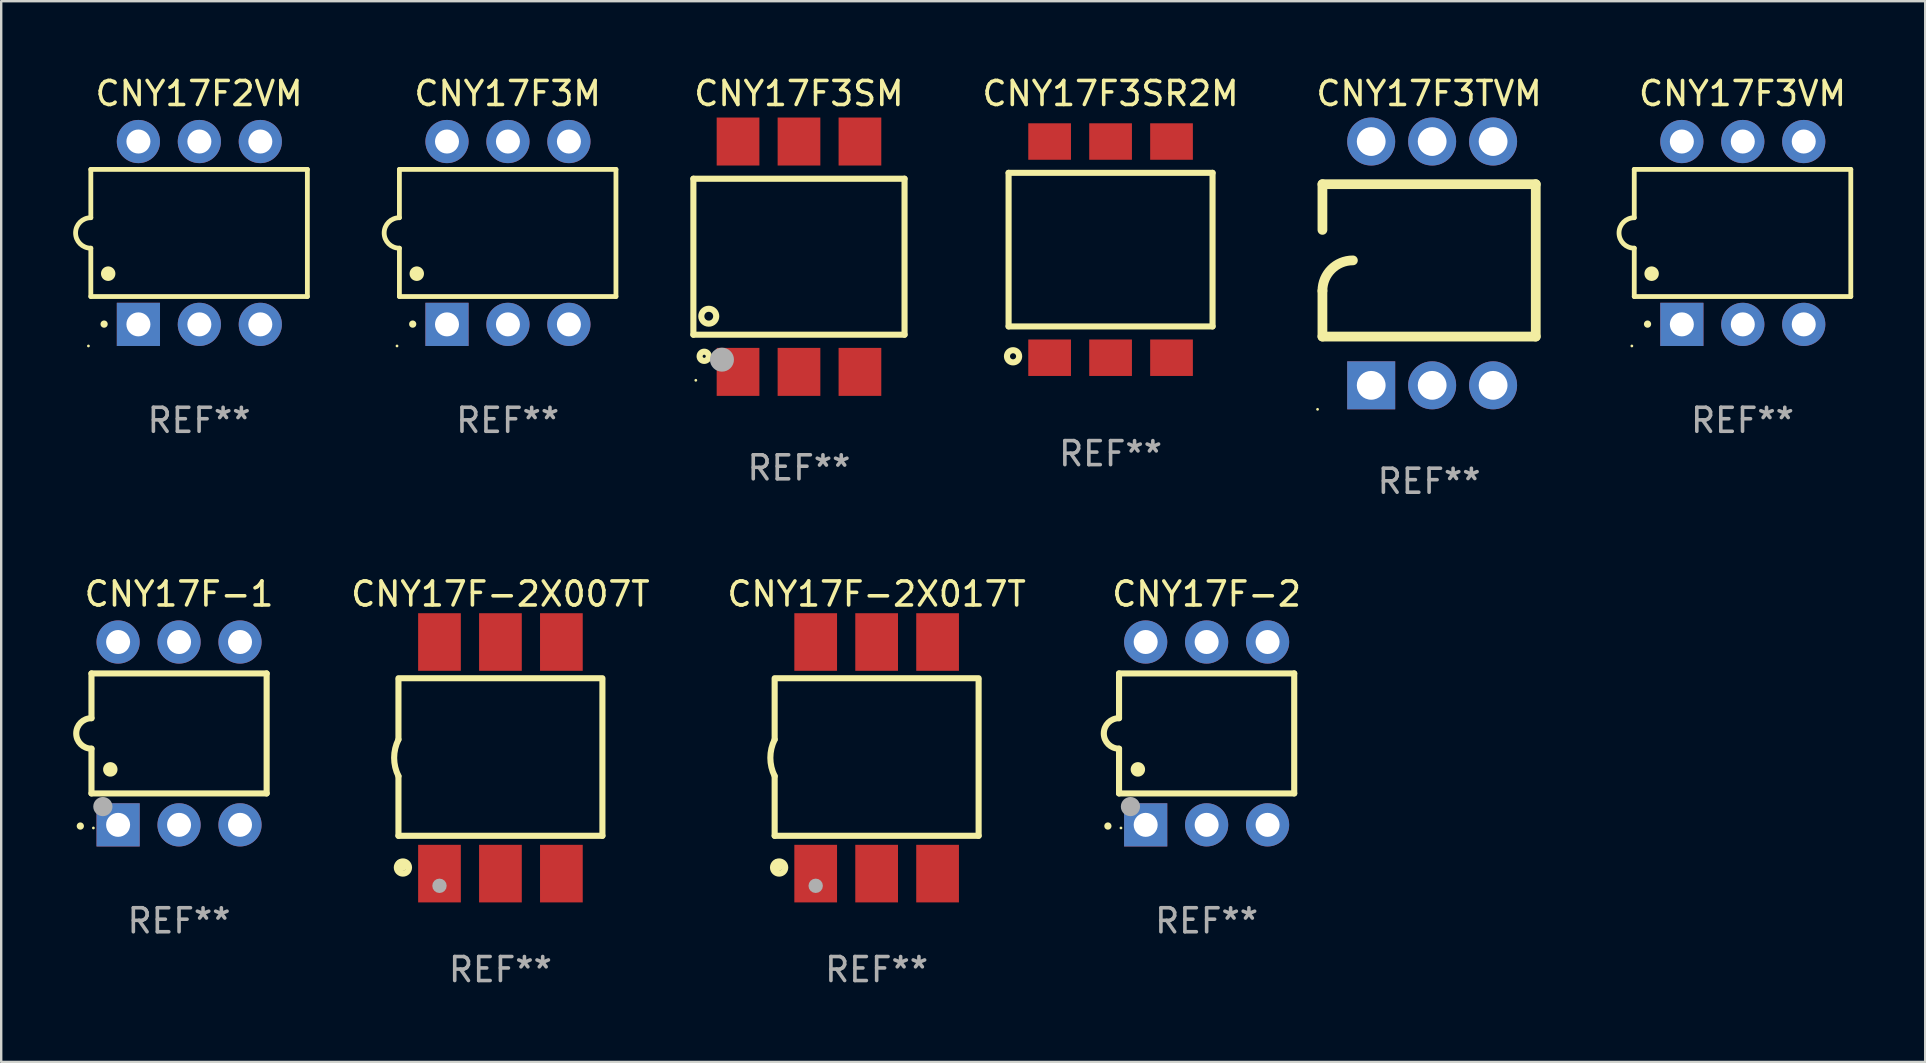
<source format=kicad_pcb>
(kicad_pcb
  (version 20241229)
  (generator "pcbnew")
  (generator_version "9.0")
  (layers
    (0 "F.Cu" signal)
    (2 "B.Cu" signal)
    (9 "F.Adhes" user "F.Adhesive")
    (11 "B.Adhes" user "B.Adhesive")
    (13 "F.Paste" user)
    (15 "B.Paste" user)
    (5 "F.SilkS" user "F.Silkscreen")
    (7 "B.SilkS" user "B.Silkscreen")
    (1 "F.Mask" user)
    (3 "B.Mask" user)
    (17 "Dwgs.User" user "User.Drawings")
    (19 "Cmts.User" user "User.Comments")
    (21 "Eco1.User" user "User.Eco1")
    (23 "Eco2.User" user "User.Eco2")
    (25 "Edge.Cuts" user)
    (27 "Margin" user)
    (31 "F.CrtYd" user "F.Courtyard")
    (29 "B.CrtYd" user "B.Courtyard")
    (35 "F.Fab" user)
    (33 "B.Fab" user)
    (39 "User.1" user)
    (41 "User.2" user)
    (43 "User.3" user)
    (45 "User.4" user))
  (footprint "CNY17F-1"
    (layer "F.Cu")
    (at 4.412 27.515)
    (property "Reference" "CNY17F-1" (at 0 -5.81 0) (layer "F.SilkS") (effects (font (size 1 1) (thickness 0.15))))
    (attr through_hole)
    (fp_line (start -3.65 -2.5) (end 3.65 -2.5) (stroke (width 0.254) (type solid)) (layer "F.SilkS"))
    (fp_line (start -3.65 -0.635) (end -3.65 -2.5) (stroke (width 0.254) (type solid)) (layer "F.SilkS"))
    (fp_line (start -3.65 0.635) (end -3.65 2.5) (stroke (width 0.254) (type solid)) (layer "F.SilkS"))
    (fp_line (start -3.65 2.5) (end 3.65 2.5) (stroke (width 0.254) (type solid)) (layer "F.SilkS"))
    (fp_line (start 3.65 -2.5) (end 3.65 2.5) (stroke (width 0.254) (type solid)) (layer "F.SilkS"))
    (fp_arc (start -4.114808 3.860808) (mid -4.114813 3.859538) (end -4.114808 3.858268) (stroke (width 0.3) (type solid)) (layer "F.SilkS"))
    (fp_arc (start -3.650013 0.635001) (mid -4.285014 0) (end -3.650013 -0.635001) (stroke (width 0.254001) (type solid)) (layer "F.SilkS"))
    (fp_arc (start -2.865405 1.501143) (mid -2.865416 1.498603) (end -2.865405 1.496063) (stroke (width 0.6) (type solid)) (layer "F.SilkS"))
    (fp_circle (center -3.57 3.94) (end -3.54 3.94) (stroke (width 0.06) (type solid)) (fill no) (layer "F.SilkS"))
    (fp_circle (center -3.175 3.048) (end -2.975 3.048) (stroke (width 0.4) (type solid)) (fill no) (layer "F.Fab"))
    (fp_text user "REF**" (at 0 7.81 0) (layer "F.Fab") (effects (font (size 1 1) (thickness 0.15))))
    (pad "1" thru_hole rect (at -2.54 3.81 90) (size 1.8 1.8) (drill 1) (layers "*.Cu" "*.Mask"))
    (pad "2" thru_hole circle (at 0 3.81) (size 1.8 1.8) (drill 1) (layers "*.Cu" "*.Mask"))
    (pad "3" thru_hole circle (at 2.54 3.81) (size 1.8 1.8) (drill 1) (layers "*.Cu" "*.Mask"))
    (pad "4" thru_hole circle (at 2.54 -3.81) (size 1.8 1.8) (drill 1) (layers "*.Cu" "*.Mask"))
    (pad "5" thru_hole circle (at 0 -3.81) (size 1.8 1.8) (drill 1) (layers "*.Cu" "*.Mask"))
    (pad "6" thru_hole circle (at -2.54 -3.81) (size 1.8 1.8) (drill 1) (layers "*.Cu" "*.Mask")))
  (footprint "CNY17F-2X017T"
    (layer "F.Cu")
    (at 33.483 28.531)
    (property "Reference" "CNY17F-2X017T" (at 0 -6.826 0) (layer "F.SilkS") (effects (font (size 1 1) (thickness 0.15))))
    (attr through_hole)
    (fp_line (start -4.25 -3.317) (end 4.25 -3.317) (stroke (width 0.254) (type solid)) (layer "F.SilkS"))
    (fp_line (start -4.25 -3.25) (end -4.25 -0.762) (stroke (width 0.254) (type solid)) (layer "F.SilkS"))
    (fp_line (start -4.25 3.25) (end -4.25 0.762) (stroke (width 0.254) (type solid)) (layer "F.SilkS"))
    (fp_line (start 4.25 -3.25) (end 4.25 3.25) (stroke (width 0.254) (type solid)) (layer "F.SilkS"))
    (fp_line (start 4.25 3.25) (end -4.25 3.25) (stroke (width 0.254) (type solid)) (layer "F.SilkS"))
    (fp_arc (start -4.249429 0.762001) (mid -4.429513 0.000068) (end -4.250013 -0.762002) (stroke (width 0.254001) (type solid)) (layer "F.SilkS"))
    (fp_circle (center -4.123 4.473) (end -3.996 4.473) (stroke (width 0.254) (type solid)) (fill no) (layer "F.SilkS"))
    (fp_circle (center -4.064 4.572) (end -3.81 4.572) (stroke (width 0.254) (type solid)) (fill no) (layer "F.SilkS"))
    (fp_circle (center -2.54 5.334) (end -2.39 5.334) (stroke (width 0.3) (type solid)) (fill no) (layer "F.Fab"))
    (fp_text user "REF**" (at 0 8.826 0) (layer "F.Fab") (effects (font (size 1 1) (thickness 0.15))))
    (pad "1" smd rect (at -2.54 4.826) (size 1.78 2.4) (layers "F.Cu" "F.Mask" "F.Paste"))
    (pad "2" smd rect (at 0 4.826) (size 1.78 2.4) (layers "F.Cu" "F.Mask" "F.Paste"))
    (pad "3" smd rect (at 2.54 4.826) (size 1.78 2.4) (layers "F.Cu" "F.Mask" "F.Paste"))
    (pad "4" smd rect (at 2.54 -4.826) (size 1.78 2.4) (layers "F.Cu" "F.Mask" "F.Paste"))
    (pad "5" smd rect (at 0 -4.826) (size 1.78 2.4) (layers "F.Cu" "F.Mask" "F.Paste"))
    (pad "6" smd rect (at -2.54 -4.826) (size 1.78 2.4) (layers "F.Cu" "F.Mask" "F.Paste")))
  (footprint "CNY17F3VM"
    (layer "F.Cu")
    (at 69.568 6.658)
    (property "Reference" "CNY17F3VM" (at 0 -5.81 0) (layer "F.SilkS") (effects (font (size 1 1) (thickness 0.15))))
    (attr through_hole)
    (fp_line (start -4.512 -2.649) (end 4.512 -2.649) (stroke (width 0.2) (type solid)) (layer "F.SilkS"))
    (fp_line (start -4.512 -0.635) (end -4.512 -2.649) (stroke (width 0.2) (type solid)) (layer "F.SilkS"))
    (fp_line (start -4.512 2.649) (end -4.512 0.635) (stroke (width 0.2) (type solid)) (layer "F.SilkS"))
    (fp_line (start 4.512 -2.649) (end 4.512 2.649) (stroke (width 0.2) (type solid)) (layer "F.SilkS"))
    (fp_line (start 4.512 2.649) (end -4.512 2.649) (stroke (width 0.2) (type solid)) (layer "F.SilkS"))
    (fp_arc (start -4.512319 0.635001) (mid -5.14732 0) (end -4.512319 -0.635001) (stroke (width 0.2) (type solid)) (layer "F.SilkS"))
    (fp_arc (start -3.958598 3.799848) (mid -3.958603 3.798578) (end -3.958598 3.797308) (stroke (width 0.3) (type solid)) (layer "F.SilkS"))
    (fp_arc (start -3.788418 1.699263) (mid -3.788429 1.696723) (end -3.788418 1.694183) (stroke (width 0.6) (type solid)) (layer "F.SilkS"))
    (fp_circle (center -4.612 4.71) (end -4.582 4.71) (stroke (width 0.06) (type solid)) (fill no) (layer "F.SilkS"))
    (fp_text user "REF**" (at 0 7.81 0) (layer "F.Fab") (effects (font (size 1 1) (thickness 0.15))))
    (pad "1" thru_hole rect (at -2.529 3.81 90) (size 1.8 1.8) (drill 1) (layers "*.Cu" "*.Mask"))
    (pad "2" thru_hole circle (at 0.011 3.81) (size 1.8 1.8) (drill 1) (layers "*.Cu" "*.Mask"))
    (pad "3" thru_hole circle (at 2.551 3.81) (size 1.8 1.8) (drill 1) (layers "*.Cu" "*.Mask"))
    (pad "4" thru_hole circle (at 2.551 -3.81) (size 1.8 1.8) (drill 1) (layers "*.Cu" "*.Mask"))
    (pad "5" thru_hole circle (at 0.011 -3.81) (size 1.8 1.8) (drill 1) (layers "*.Cu" "*.Mask"))
    (pad "6" thru_hole circle (at -2.529 -3.81) (size 1.8 1.8) (drill 1) (layers "*.Cu" "*.Mask")))
  (footprint "CNY17F-2"
    (layer "F.Cu")
    (at 47.235 27.515)
    (property "Reference" "CNY17F-2" (at 0 -5.81 0) (layer "F.SilkS") (effects (font (size 1 1) (thickness 0.15))))
    (attr through_hole)
    (fp_line (start -3.65 -2.5) (end 3.65 -2.5) (stroke (width 0.254) (type solid)) (layer "F.SilkS"))
    (fp_line (start -3.65 -0.635) (end -3.65 -2.5) (stroke (width 0.254) (type solid)) (layer "F.SilkS"))
    (fp_line (start -3.65 0.635) (end -3.65 2.5) (stroke (width 0.254) (type solid)) (layer "F.SilkS"))
    (fp_line (start -3.65 2.5) (end 3.65 2.5) (stroke (width 0.254) (type solid)) (layer "F.SilkS"))
    (fp_line (start 3.65 -2.5) (end 3.65 2.5) (stroke (width 0.254) (type solid)) (layer "F.SilkS"))
    (fp_arc (start -4.114808 3.860808) (mid -4.114813 3.859538) (end -4.114808 3.858268) (stroke (width 0.3) (type solid)) (layer "F.SilkS"))
    (fp_arc (start -3.650013 0.635001) (mid -4.285014 0) (end -3.650013 -0.635001) (stroke (width 0.254001) (type solid)) (layer "F.SilkS"))
    (fp_arc (start -2.865405 1.501143) (mid -2.865416 1.498603) (end -2.865405 1.496063) (stroke (width 0.6) (type solid)) (layer "F.SilkS"))
    (fp_circle (center -3.57 3.94) (end -3.54 3.94) (stroke (width 0.06) (type solid)) (fill no) (layer "F.SilkS"))
    (fp_circle (center -3.175 3.048) (end -2.975 3.048) (stroke (width 0.4) (type solid)) (fill no) (layer "F.Fab"))
    (fp_text user "REF**" (at 0 7.81 0) (layer "F.Fab") (effects (font (size 1 1) (thickness 0.15))))
    (pad "1" thru_hole rect (at -2.54 3.81 90) (size 1.8 1.8) (drill 1) (layers "*.Cu" "*.Mask"))
    (pad "2" thru_hole circle (at 0 3.81) (size 1.8 1.8) (drill 1) (layers "*.Cu" "*.Mask"))
    (pad "3" thru_hole circle (at 2.54 3.81) (size 1.8 1.8) (drill 1) (layers "*.Cu" "*.Mask"))
    (pad "4" thru_hole circle (at 2.54 -3.81) (size 1.8 1.8) (drill 1) (layers "*.Cu" "*.Mask"))
    (pad "5" thru_hole circle (at 0 -3.81) (size 1.8 1.8) (drill 1) (layers "*.Cu" "*.Mask"))
    (pad "6" thru_hole circle (at -2.54 -3.81) (size 1.8 1.8) (drill 1) (layers "*.Cu" "*.Mask")))
  (footprint "CNY17F3SM"
    (layer "F.Cu")
    (at 30.246 7.648)
    (property "Reference" "CNY17F3SM" (at 0 -6.8 0) (layer "F.SilkS") (effects (font (size 1 1) (thickness 0.15))))
    (attr through_hole)
    (fp_line (start -4.4 -3.25) (end -4.4 3.25) (stroke (width 0.254) (type solid)) (layer "F.SilkS"))
    (fp_line (start -4.4 -3.25) (end 4.4 -3.25) (stroke (width 0.254) (type solid)) (layer "F.SilkS"))
    (fp_line (start 4.4 3.25) (end -4.4 3.25) (stroke (width 0.254) (type solid)) (layer "F.SilkS"))
    (fp_line (start 4.4 3.25) (end 4.4 -3.25) (stroke (width 0.254) (type solid)) (layer "F.SilkS"))
    (fp_circle (center -4.299 5.15) (end -4.269 5.15) (stroke (width 0.06) (type solid)) (fill no) (layer "F.SilkS"))
    (fp_circle (center -3.949 4.15) (end -3.757 4.15) (stroke (width 0.254) (type solid)) (fill no) (layer "F.SilkS"))
    (fp_circle (center -3.759 2.48) (end -3.448 2.48) (stroke (width 0.254) (type solid)) (fill no) (layer "F.SilkS"))
    (fp_circle (center -3.209 4.29) (end -2.959 4.29) (stroke (width 0.5) (type solid)) (fill no) (layer "F.Fab"))
    (fp_text user "REF**" (at 0 8.8 0) (layer "F.Fab") (effects (font (size 1 1) (thickness 0.15))))
    (pad "1" smd rect (at -2.539 4.8) (size 1.78 2) (layers "F.Cu" "F.Mask" "F.Paste"))
    (pad "2" smd rect (at 0.001 4.8) (size 1.78 2) (layers "F.Cu" "F.Mask" "F.Paste"))
    (pad "3" smd rect (at 2.541 4.8) (size 1.78 2) (layers "F.Cu" "F.Mask" "F.Paste"))
    (pad "4" smd rect (at 2.541 -4.8) (size 1.78 2) (layers "F.Cu" "F.Mask" "F.Paste"))
    (pad "5" smd rect (at 0.001 -4.8) (size 1.78 2) (layers "F.Cu" "F.Mask" "F.Paste"))
    (pad "6" smd rect (at -2.539 -4.8) (size 1.78 2) (layers "F.Cu" "F.Mask" "F.Paste")))
  (footprint "CNY17F3SR2M"
    (layer "F.Cu")
    (at 43.232 7.353)
    (property "Reference" "CNY17F3SR2M" (at 0 -6.505 0) (layer "F.SilkS") (effects (font (size 1 1) (thickness 0.15))))
    (attr through_hole)
    (fp_line (start -4.25 3.2) (end -4.25 -3.2) (stroke (width 0.254) (type solid)) (layer "F.SilkS"))
    (fp_line (start -4.25 -3.2) (end 4.25 -3.2) (stroke (width 0.254) (type solid)) (layer "F.SilkS"))
    (fp_line (start 4.25 3.2) (end -4.25 3.2) (stroke (width 0.254) (type solid)) (layer "F.SilkS"))
    (fp_line (start 4.25 3.2) (end 4.25 -3.2) (stroke (width 0.254) (type solid)) (layer "F.SilkS"))
    (fp_circle (center -4.064 4.445) (end -3.81 4.445) (stroke (width 0.254) (type solid)) (fill no) (layer "F.SilkS"))
    (fp_text user "REF**" (at 0 8.505 0) (layer "F.Fab") (effects (font (size 1 1) (thickness 0.15))))
    (pad "1" smd rect (at -2.54 4.505) (size 1.78 1.52) (layers "F.Cu" "F.Mask" "F.Paste"))
    (pad "2" smd rect (at 0 4.505) (size 1.78 1.52) (layers "F.Cu" "F.Mask" "F.Paste"))
    (pad "3" smd rect (at 2.54 4.505) (size 1.78 1.52) (layers "F.Cu" "F.Mask" "F.Paste"))
    (pad "4" smd rect (at 2.54 -4.505) (size 1.78 1.52) (layers "F.Cu" "F.Mask" "F.Paste"))
    (pad "5" smd rect (at 0 -4.505) (size 1.78 1.52) (layers "F.Cu" "F.Mask" "F.Paste"))
    (pad "6" smd rect (at -2.54 -4.505) (size 1.78 1.52) (layers "F.Cu" "F.Mask" "F.Paste")))
  (footprint "CNY17F3TVM"
    (layer "F.Cu")
    (at 56.506 7.928)
    (property "Reference" "CNY17F3TVM" (at 0 -7.08 0) (layer "F.SilkS") (effects (font (size 1 1) (thickness 0.15))))
    (attr through_hole)
    (fp_line (start -4.445 -3.302) (end 4.445 -3.302) (stroke (width 0.406) (type solid)) (layer "F.SilkS"))
    (fp_line (start -4.445 -1.397) (end -4.445 -3.302) (stroke (width 0.406) (type solid)) (layer "F.SilkS"))
    (fp_line (start -4.445 3.048) (end -4.445 1.143) (stroke (width 0.406) (type solid)) (layer "F.SilkS"))
    (fp_line (start -4.445 3.048) (end 4.445 3.048) (stroke (width 0.406) (type solid)) (layer "F.SilkS"))
    (fp_line (start 4.445 -3.302) (end 4.445 3.048) (stroke (width 0.406) (type solid)) (layer "F.SilkS"))
    (fp_arc (start -4.444983 1.143002) (mid -4.073008 0.244974) (end -3.17498 -0.127) (stroke (width 0.4064) (type solid)) (layer "F.SilkS"))
    (fp_circle (center -4.648 6.08) (end -4.618 6.08) (stroke (width 0.06) (type solid)) (fill no) (layer "F.SilkS"))
    (fp_text user "REF**" (at 0 9.08 0) (layer "F.Fab") (effects (font (size 1 1) (thickness 0.15))))
    (pad "1" thru_hole rect (at -2.413 5.08 90) (size 2 2) (drill 1.2) (layers "*.Cu" "*.Mask"))
    (pad "2" thru_hole circle (at 0.127 5.08) (size 2 2) (drill 1.2) (layers "*.Cu" "*.Mask"))
    (pad "3" thru_hole circle (at 2.667 5.08) (size 2 2) (drill 1.2) (layers "*.Cu" "*.Mask"))
    (pad "4" thru_hole circle (at 2.667 -5.08) (size 2 2) (drill 1.2) (layers "*.Cu" "*.Mask"))
    (pad "5" thru_hole circle (at 0.127 -5.08) (size 2 2) (drill 1.2) (layers "*.Cu" "*.Mask"))
    (pad "6" thru_hole circle (at -2.413 -5.08) (size 2 2) (drill 1.2) (layers "*.Cu" "*.Mask")))
  (footprint "CNY17F3M"
    (layer "F.Cu")
    (at 18.107 6.658)
    (property "Reference" "CNY17F3M" (at 0 -5.81 0) (layer "F.SilkS") (effects (font (size 1 1) (thickness 0.15))))
    (attr through_hole)
    (fp_line (start -4.512 -2.649) (end 4.512 -2.649) (stroke (width 0.2) (type solid)) (layer "F.SilkS"))
    (fp_line (start -4.512 -0.635) (end -4.512 -2.649) (stroke (width 0.2) (type solid)) (layer "F.SilkS"))
    (fp_line (start -4.512 2.649) (end -4.512 0.635) (stroke (width 0.2) (type solid)) (layer "F.SilkS"))
    (fp_line (start 4.512 -2.649) (end 4.512 2.649) (stroke (width 0.2) (type solid)) (layer "F.SilkS"))
    (fp_line (start 4.512 2.649) (end -4.512 2.649) (stroke (width 0.2) (type solid)) (layer "F.SilkS"))
    (fp_arc (start -4.512319 0.635001) (mid -5.14732 0) (end -4.512319 -0.635001) (stroke (width 0.2) (type solid)) (layer "F.SilkS"))
    (fp_arc (start -3.958598 3.799848) (mid -3.958603 3.798578) (end -3.958598 3.797308) (stroke (width 0.3) (type solid)) (layer "F.SilkS"))
    (fp_arc (start -3.788418 1.699263) (mid -3.788429 1.696723) (end -3.788418 1.694183) (stroke (width 0.6) (type solid)) (layer "F.SilkS"))
    (fp_circle (center -4.612 4.71) (end -4.582 4.71) (stroke (width 0.06) (type solid)) (fill no) (layer "F.SilkS"))
    (fp_text user "REF**" (at 0 7.81 0) (layer "F.Fab") (effects (font (size 1 1) (thickness 0.15))))
    (pad "1" thru_hole rect (at -2.529 3.81 90) (size 1.8 1.8) (drill 1) (layers "*.Cu" "*.Mask"))
    (pad "2" thru_hole circle (at 0.011 3.81) (size 1.8 1.8) (drill 1) (layers "*.Cu" "*.Mask"))
    (pad "3" thru_hole circle (at 2.551 3.81) (size 1.8 1.8) (drill 1) (layers "*.Cu" "*.Mask"))
    (pad "4" thru_hole circle (at 2.551 -3.81) (size 1.8 1.8) (drill 1) (layers "*.Cu" "*.Mask"))
    (pad "5" thru_hole circle (at 0.011 -3.81) (size 1.8 1.8) (drill 1) (layers "*.Cu" "*.Mask"))
    (pad "6" thru_hole circle (at -2.529 -3.81) (size 1.8 1.8) (drill 1) (layers "*.Cu" "*.Mask")))
  (footprint "CNY17F2VM"
    (layer "F.Cu")
    (at 5.247 6.658)
    (property "Reference" "CNY17F2VM" (at 0 -5.81 0) (layer "F.SilkS") (effects (font (size 1 1) (thickness 0.15))))
    (attr through_hole)
    (fp_line (start -4.512 -2.649) (end 4.512 -2.649) (stroke (width 0.2) (type solid)) (layer "F.SilkS"))
    (fp_line (start -4.512 -0.635) (end -4.512 -2.649) (stroke (width 0.2) (type solid)) (layer "F.SilkS"))
    (fp_line (start -4.512 2.649) (end -4.512 0.635) (stroke (width 0.2) (type solid)) (layer "F.SilkS"))
    (fp_line (start 4.512 -2.649) (end 4.512 2.649) (stroke (width 0.2) (type solid)) (layer "F.SilkS"))
    (fp_line (start 4.512 2.649) (end -4.512 2.649) (stroke (width 0.2) (type solid)) (layer "F.SilkS"))
    (fp_arc (start -4.512319 0.635001) (mid -5.14732 0) (end -4.512319 -0.635001) (stroke (width 0.2) (type solid)) (layer "F.SilkS"))
    (fp_arc (start -3.958598 3.799848) (mid -3.958603 3.798578) (end -3.958598 3.797308) (stroke (width 0.3) (type solid)) (layer "F.SilkS"))
    (fp_arc (start -3.788418 1.699263) (mid -3.788429 1.696723) (end -3.788418 1.694183) (stroke (width 0.6) (type solid)) (layer "F.SilkS"))
    (fp_circle (center -4.612 4.71) (end -4.582 4.71) (stroke (width 0.06) (type solid)) (fill no) (layer "F.SilkS"))
    (fp_text user "REF**" (at 0 7.81 0) (layer "F.Fab") (effects (font (size 1 1) (thickness 0.15))))
    (pad "1" thru_hole rect (at -2.529 3.81 90) (size 1.8 1.8) (drill 1) (layers "*.Cu" "*.Mask"))
    (pad "2" thru_hole circle (at 0.011 3.81) (size 1.8 1.8) (drill 1) (layers "*.Cu" "*.Mask"))
    (pad "3" thru_hole circle (at 2.551 3.81) (size 1.8 1.8) (drill 1) (layers "*.Cu" "*.Mask"))
    (pad "4" thru_hole circle (at 2.551 -3.81) (size 1.8 1.8) (drill 1) (layers "*.Cu" "*.Mask"))
    (pad "5" thru_hole circle (at 0.011 -3.81) (size 1.8 1.8) (drill 1) (layers "*.Cu" "*.Mask"))
    (pad "6" thru_hole circle (at -2.529 -3.81) (size 1.8 1.8) (drill 1) (layers "*.Cu" "*.Mask")))
  (footprint "CNY17F-2X007T"
    (layer "F.Cu")
    (at 17.805 28.531)
    (property "Reference" "CNY17F-2X007T" (at 0 -6.826 0) (layer "F.SilkS") (effects (font (size 1 1) (thickness 0.15))))
    (attr through_hole)
    (fp_line (start -4.25 -3.317) (end 4.25 -3.317) (stroke (width 0.254) (type solid)) (layer "F.SilkS"))
    (fp_line (start -4.25 -3.25) (end -4.25 -0.762) (stroke (width 0.254) (type solid)) (layer "F.SilkS"))
    (fp_line (start -4.25 3.25) (end -4.25 0.762) (stroke (width 0.254) (type solid)) (layer "F.SilkS"))
    (fp_line (start 4.25 -3.25) (end 4.25 3.25) (stroke (width 0.254) (type solid)) (layer "F.SilkS"))
    (fp_line (start 4.25 3.25) (end -4.25 3.25) (stroke (width 0.254) (type solid)) (layer "F.SilkS"))
    (fp_arc (start -4.249429 0.762001) (mid -4.429513 0.000068) (end -4.250013 -0.762002) (stroke (width 0.254001) (type solid)) (layer "F.SilkS"))
    (fp_circle (center -4.123 4.473) (end -3.996 4.473) (stroke (width 0.254) (type solid)) (fill no) (layer "F.SilkS"))
    (fp_circle (center -4.064 4.572) (end -3.81 4.572) (stroke (width 0.254) (type solid)) (fill no) (layer "F.SilkS"))
    (fp_circle (center -2.54 5.334) (end -2.39 5.334) (stroke (width 0.3) (type solid)) (fill no) (layer "F.Fab"))
    (fp_text user "REF**" (at 0 8.826 0) (layer "F.Fab") (effects (font (size 1 1) (thickness 0.15))))
    (pad "1" smd rect (at -2.54 4.826) (size 1.78 2.4) (layers "F.Cu" "F.Mask" "F.Paste"))
    (pad "2" smd rect (at 0 4.826) (size 1.78 2.4) (layers "F.Cu" "F.Mask" "F.Paste"))
    (pad "3" smd rect (at 2.54 4.826) (size 1.78 2.4) (layers "F.Cu" "F.Mask" "F.Paste"))
    (pad "4" smd rect (at 2.54 -4.826) (size 1.78 2.4) (layers "F.Cu" "F.Mask" "F.Paste"))
    (pad "5" smd rect (at 0 -4.826) (size 1.78 2.4) (layers "F.Cu" "F.Mask" "F.Paste"))
    (pad "6" smd rect (at -2.54 -4.826) (size 1.78 2.4) (layers "F.Cu" "F.Mask" "F.Paste")))
  (gr_rect
    (start -3 -3)
    (end 77.181 41.205)
    (stroke (width 0.1) (type default))
    (fill no)
    (layer "Edge.Cuts")))
</source>
